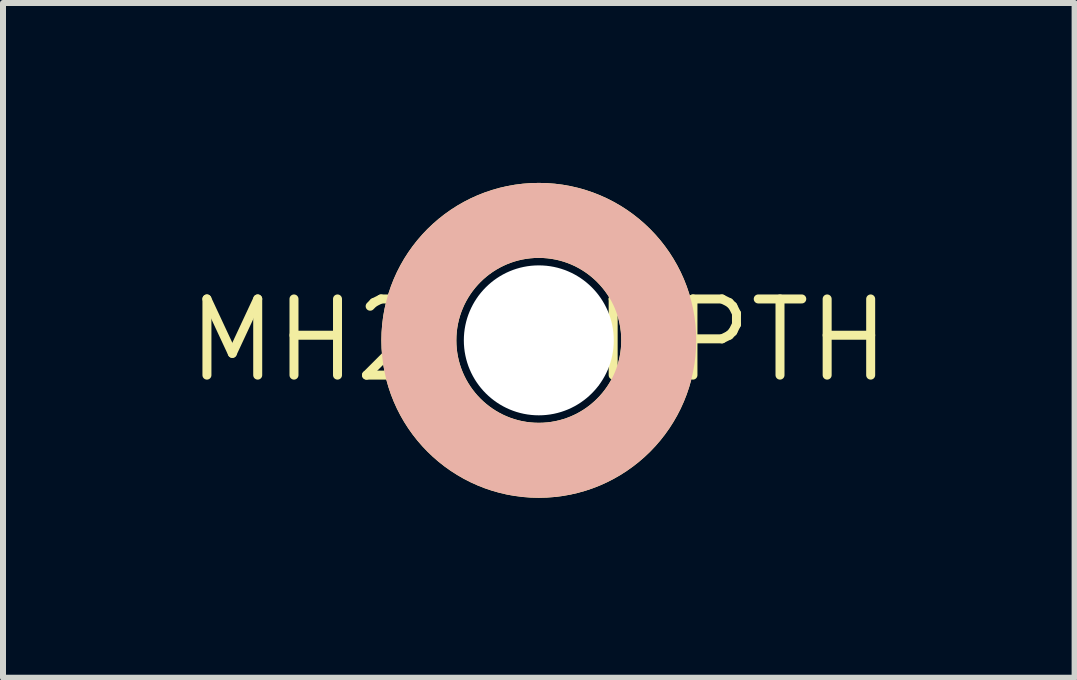
<source format=kicad_pcb>
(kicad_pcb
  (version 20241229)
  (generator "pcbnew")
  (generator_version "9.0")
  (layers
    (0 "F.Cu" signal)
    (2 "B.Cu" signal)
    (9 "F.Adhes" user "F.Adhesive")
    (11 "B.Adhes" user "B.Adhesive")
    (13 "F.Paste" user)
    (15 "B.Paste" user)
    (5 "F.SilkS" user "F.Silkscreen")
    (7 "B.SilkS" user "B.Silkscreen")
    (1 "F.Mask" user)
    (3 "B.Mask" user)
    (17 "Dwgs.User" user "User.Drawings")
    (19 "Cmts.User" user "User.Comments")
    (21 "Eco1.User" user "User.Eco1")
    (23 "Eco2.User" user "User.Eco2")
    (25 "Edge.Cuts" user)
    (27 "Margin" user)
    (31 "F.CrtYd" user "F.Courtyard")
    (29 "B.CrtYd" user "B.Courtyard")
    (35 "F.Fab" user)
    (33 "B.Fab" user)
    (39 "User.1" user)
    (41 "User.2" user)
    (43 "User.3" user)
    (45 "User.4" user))
  (footprint "MH2.5_NPTH"
    (layer "F.Cu")
    (at 5.934 2.625)
    (property "Reference" "MH2.5_NPTH" (at 0 0 0) (layer "F.SilkS") (effects (font (size 1.27 1.27) (thickness 0.15))))
    (attr exclude_from_pos_files)
    (fp_circle (center 0 0) (end 2 0) (stroke (width 1.25) (type solid)) (fill no) (layer "F.SilkS"))
    (fp_circle (center 0 0) (end 2 0) (stroke (width 1.25) (type solid)) (fill no) (layer "B.SilkS"))
    (pad "" np_thru_hole circle (at 0 0) (size 2.5 2.5) (drill 2.5) (layers "*.Cu" "*.Mask")))
  (gr_rect
    (start -3 -3)
    (end 14.868 8.25)
    (stroke (width 0.1) (type default))
    (fill no)
    (layer "Edge.Cuts")))
</source>
